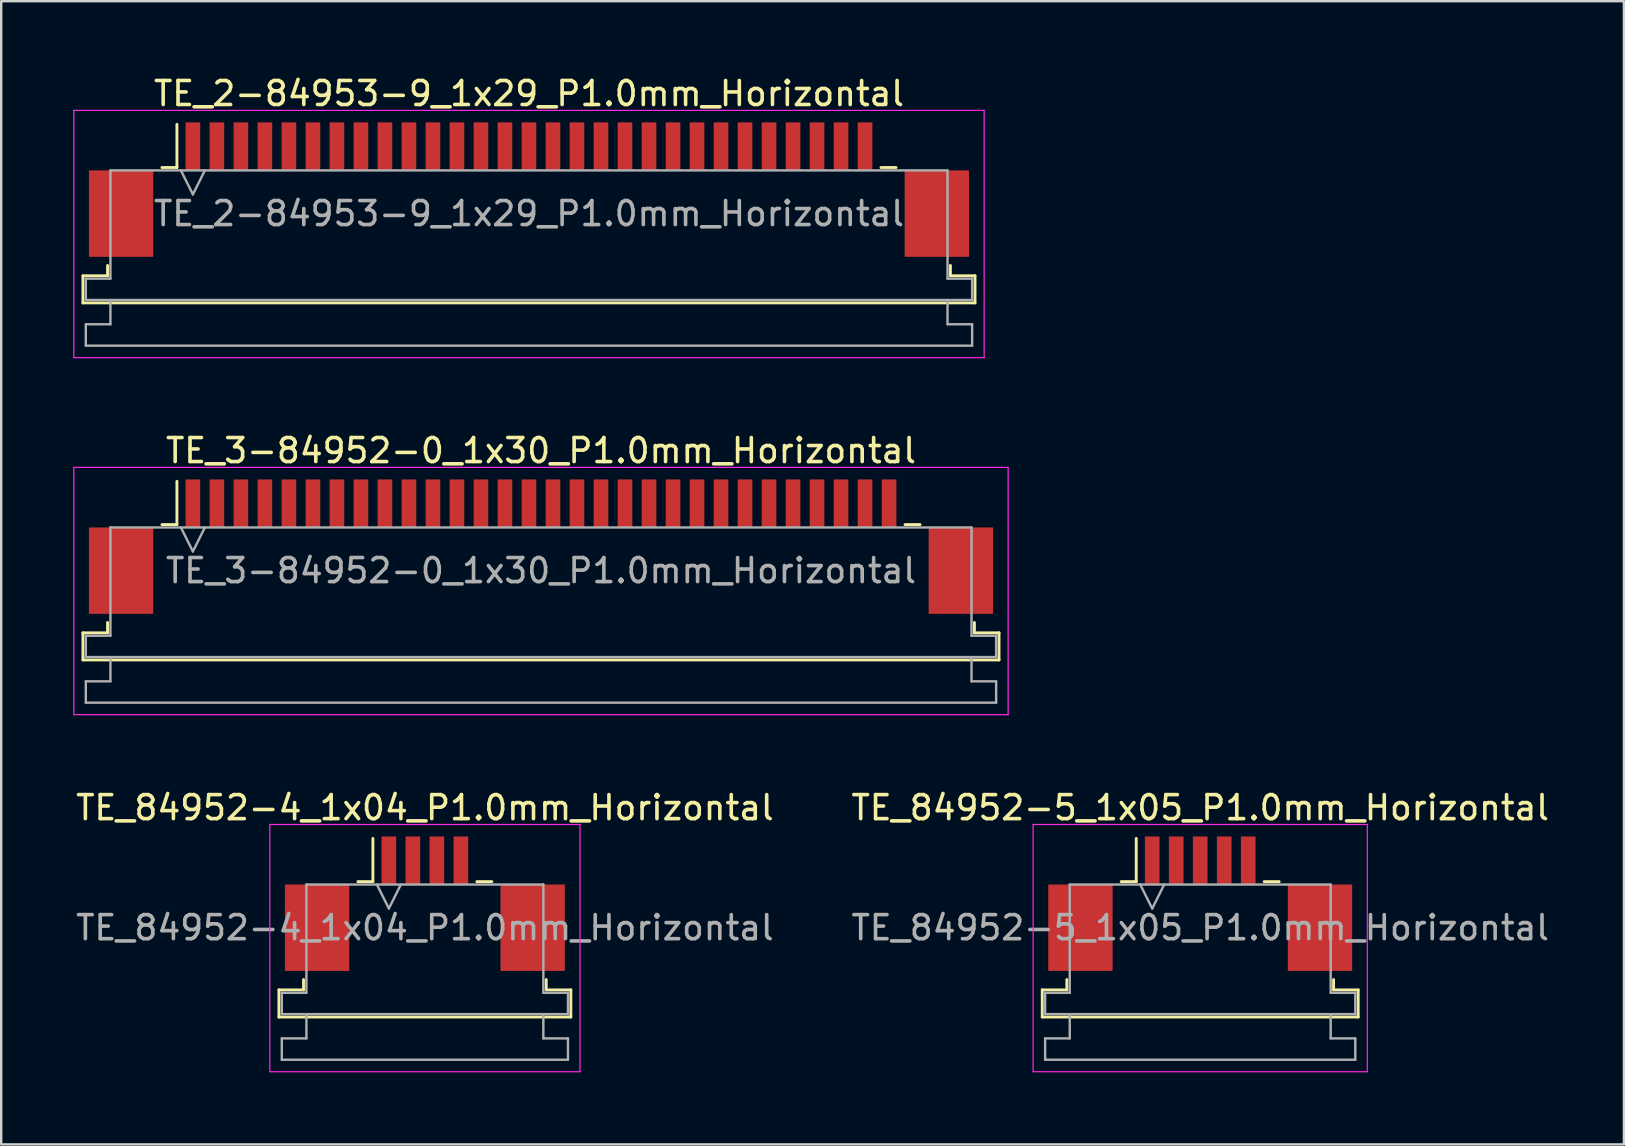
<source format=kicad_pcb>
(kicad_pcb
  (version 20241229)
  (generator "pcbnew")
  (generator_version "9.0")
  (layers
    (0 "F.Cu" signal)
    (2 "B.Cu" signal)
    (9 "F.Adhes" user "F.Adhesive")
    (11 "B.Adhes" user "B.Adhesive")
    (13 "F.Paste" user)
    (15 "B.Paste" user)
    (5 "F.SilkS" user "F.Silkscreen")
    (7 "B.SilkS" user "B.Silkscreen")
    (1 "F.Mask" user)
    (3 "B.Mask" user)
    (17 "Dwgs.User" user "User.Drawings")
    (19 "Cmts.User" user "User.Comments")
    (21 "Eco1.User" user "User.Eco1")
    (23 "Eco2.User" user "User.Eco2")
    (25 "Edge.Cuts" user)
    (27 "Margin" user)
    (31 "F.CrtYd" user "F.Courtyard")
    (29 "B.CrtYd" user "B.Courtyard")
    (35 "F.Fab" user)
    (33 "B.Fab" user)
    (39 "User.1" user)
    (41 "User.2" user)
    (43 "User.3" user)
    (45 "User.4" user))
  (footprint "TE_84952-5_1x05_P1.0mm_Horizontal"
    (layer "F.Cu")
    (at 46.946 34.595)
    (property "Reference" "TE_84952-5_1x05_P1.0mm_Horizontal" (at 0 -4 0) (layer "F.SilkS") (effects (font (size 1 1) (thickness 0.15))))
    (attr smd)
    (fp_line (start -6.58 3.59) (end -5.555 3.59) (stroke (width 0.12) (type solid)) (layer "F.SilkS"))
    (fp_line (start -6.58 4.72) (end -6.58 3.59) (stroke (width 0.12) (type solid)) (layer "F.SilkS"))
    (fp_line (start -5.555 3.59) (end -5.555 3.16) (stroke (width 0.12) (type solid)) (layer "F.SilkS"))
    (fp_line (start -3.29 -0.92) (end -2.665 -0.92) (stroke (width 0.12) (type solid)) (layer "F.SilkS"))
    (fp_line (start -2.665 -0.92) (end -2.665 -2.72) (stroke (width 0.12) (type solid)) (layer "F.SilkS"))
    (fp_line (start 2.665 -0.92) (end 3.29 -0.92) (stroke (width 0.12) (type solid)) (layer "F.SilkS"))
    (fp_line (start 5.555 3.16) (end 5.555 3.59) (stroke (width 0.12) (type solid)) (layer "F.SilkS"))
    (fp_line (start 5.555 3.59) (end 6.58 3.59) (stroke (width 0.12) (type solid)) (layer "F.SilkS"))
    (fp_line (start 6.58 3.59) (end 6.58 4.72) (stroke (width 0.12) (type solid)) (layer "F.SilkS"))
    (fp_line (start 6.58 4.72) (end -6.58 4.72) (stroke (width 0.12) (type solid)) (layer "F.SilkS"))
    (fp_line (start -6.96 -3.3) (end -6.96 7) (stroke (width 0.05) (type solid)) (layer "F.CrtYd"))
    (fp_line (start -6.96 7) (end 6.96 7) (stroke (width 0.05) (type solid)) (layer "F.CrtYd"))
    (fp_line (start 6.96 -3.3) (end -6.96 -3.3) (stroke (width 0.05) (type solid)) (layer "F.CrtYd"))
    (fp_line (start 6.96 7) (end 6.96 -3.3) (stroke (width 0.05) (type solid)) (layer "F.CrtYd"))
    (fp_line (start -6.46 3.71) (end -5.435 3.71) (stroke (width 0.1) (type solid)) (layer "F.Fab"))
    (fp_line (start -6.46 4.6) (end -6.46 3.71) (stroke (width 0.1) (type solid)) (layer "F.Fab"))
    (fp_line (start -6.46 5.61) (end -5.435 5.61) (stroke (width 0.1) (type solid)) (layer "F.Fab"))
    (fp_line (start -6.46 6.5) (end -6.46 5.61) (stroke (width 0.1) (type solid)) (layer "F.Fab"))
    (fp_line (start -5.435 -0.8) (end 5.435 -0.8) (stroke (width 0.1) (type solid)) (layer "F.Fab"))
    (fp_line (start -5.435 3.71) (end -5.435 -0.8) (stroke (width 0.1) (type solid)) (layer "F.Fab"))
    (fp_line (start -5.435 5.61) (end -5.435 4.6) (stroke (width 0.1) (type solid)) (layer "F.Fab"))
    (fp_line (start -2.5 -0.8) (end -2 0.2) (stroke (width 0.1) (type solid)) (layer "F.Fab"))
    (fp_line (start -2 0.2) (end -1.5 -0.8) (stroke (width 0.1) (type solid)) (layer "F.Fab"))
    (fp_line (start 5.435 -0.8) (end 5.435 3.71) (stroke (width 0.1) (type solid)) (layer "F.Fab"))
    (fp_line (start 5.435 3.71) (end 6.46 3.71) (stroke (width 0.1) (type solid)) (layer "F.Fab"))
    (fp_line (start 5.435 4.6) (end 5.435 5.61) (stroke (width 0.1) (type solid)) (layer "F.Fab"))
    (fp_line (start 5.435 5.61) (end 6.46 5.61) (stroke (width 0.1) (type solid)) (layer "F.Fab"))
    (fp_line (start 6.46 3.71) (end 6.46 4.6) (stroke (width 0.1) (type solid)) (layer "F.Fab"))
    (fp_line (start 6.46 4.6) (end -6.46 4.6) (stroke (width 0.1) (type solid)) (layer "F.Fab"))
    (fp_line (start 6.46 5.61) (end 6.46 6.5) (stroke (width 0.1) (type solid)) (layer "F.Fab"))
    (fp_line (start 6.46 6.5) (end -6.46 6.5) (stroke (width 0.1) (type solid)) (layer "F.Fab"))
    (fp_text user "${REFERENCE}" (at 0 1 0) (layer "F.Fab") (effects (font (size 1 1) (thickness 0.15))))
    (pad "" smd rect (at -4.99 1) (size 2.68 3.6) (layers "F.Cu" "F.Mask" "F.Paste"))
    (pad "" smd rect (at 4.99 1) (size 2.68 3.6) (layers "F.Cu" "F.Mask" "F.Paste"))
    (pad "1" smd rect (at -2 -1.8) (size 0.61 2) (layers "F.Cu" "F.Mask" "F.Paste"))
    (pad "2" smd rect (at -1 -1.8) (size 0.61 2) (layers "F.Cu" "F.Mask" "F.Paste"))
    (pad "3" smd rect (at 0 -1.8) (size 0.61 2) (layers "F.Cu" "F.Mask" "F.Paste"))
    (pad "4" smd rect (at 1 -1.8) (size 0.61 2) (layers "F.Cu" "F.Mask" "F.Paste"))
    (pad "5" smd rect (at 2 -1.8) (size 0.61 2) (layers "F.Cu" "F.Mask" "F.Paste")))
  (footprint "TE_2-84953-9_1x29_P1.0mm_Horizontal"
    (layer "F.Cu")
    (at 18.985 4.848)
    (property "Reference" "TE_2-84953-9_1x29_P1.0mm_Horizontal" (at 0 -4 0) (layer "F.SilkS") (effects (font (size 1 1) (thickness 0.15))))
    (attr smd)
    (fp_line (start -18.58 3.59) (end -17.555 3.59) (stroke (width 0.12) (type solid)) (layer "F.SilkS"))
    (fp_line (start -18.58 4.72) (end -18.58 3.59) (stroke (width 0.12) (type solid)) (layer "F.SilkS"))
    (fp_line (start -17.555 3.59) (end -17.555 3.16) (stroke (width 0.12) (type solid)) (layer "F.SilkS"))
    (fp_line (start -15.29 -0.92) (end -14.665 -0.92) (stroke (width 0.12) (type solid)) (layer "F.SilkS"))
    (fp_line (start -14.665 -0.92) (end -14.665 -2.72) (stroke (width 0.12) (type solid)) (layer "F.SilkS"))
    (fp_line (start 14.665 -0.92) (end 15.29 -0.92) (stroke (width 0.12) (type solid)) (layer "F.SilkS"))
    (fp_line (start 17.555 3.16) (end 17.555 3.59) (stroke (width 0.12) (type solid)) (layer "F.SilkS"))
    (fp_line (start 17.555 3.59) (end 18.58 3.59) (stroke (width 0.12) (type solid)) (layer "F.SilkS"))
    (fp_line (start 18.58 3.59) (end 18.58 4.72) (stroke (width 0.12) (type solid)) (layer "F.SilkS"))
    (fp_line (start 18.58 4.72) (end -18.58 4.72) (stroke (width 0.12) (type solid)) (layer "F.SilkS"))
    (fp_line (start -18.96 -3.3) (end -18.96 7) (stroke (width 0.05) (type solid)) (layer "F.CrtYd"))
    (fp_line (start -18.96 7) (end 18.96 7) (stroke (width 0.05) (type solid)) (layer "F.CrtYd"))
    (fp_line (start 18.96 -3.3) (end -18.96 -3.3) (stroke (width 0.05) (type solid)) (layer "F.CrtYd"))
    (fp_line (start 18.96 7) (end 18.96 -3.3) (stroke (width 0.05) (type solid)) (layer "F.CrtYd"))
    (fp_line (start -18.46 3.71) (end -17.435 3.71) (stroke (width 0.1) (type solid)) (layer "F.Fab"))
    (fp_line (start -18.46 4.6) (end -18.46 3.71) (stroke (width 0.1) (type solid)) (layer "F.Fab"))
    (fp_line (start -18.46 5.61) (end -17.435 5.61) (stroke (width 0.1) (type solid)) (layer "F.Fab"))
    (fp_line (start -18.46 6.5) (end -18.46 5.61) (stroke (width 0.1) (type solid)) (layer "F.Fab"))
    (fp_line (start -17.435 -0.8) (end 17.435 -0.8) (stroke (width 0.1) (type solid)) (layer "F.Fab"))
    (fp_line (start -17.435 3.71) (end -17.435 -0.8) (stroke (width 0.1) (type solid)) (layer "F.Fab"))
    (fp_line (start -17.435 5.61) (end -17.435 4.6) (stroke (width 0.1) (type solid)) (layer "F.Fab"))
    (fp_line (start -14.5 -0.8) (end -14 0.2) (stroke (width 0.1) (type solid)) (layer "F.Fab"))
    (fp_line (start -14 0.2) (end -13.5 -0.8) (stroke (width 0.1) (type solid)) (layer "F.Fab"))
    (fp_line (start 17.435 -0.8) (end 17.435 3.71) (stroke (width 0.1) (type solid)) (layer "F.Fab"))
    (fp_line (start 17.435 3.71) (end 18.46 3.71) (stroke (width 0.1) (type solid)) (layer "F.Fab"))
    (fp_line (start 17.435 4.6) (end 17.435 5.61) (stroke (width 0.1) (type solid)) (layer "F.Fab"))
    (fp_line (start 17.435 5.61) (end 18.46 5.61) (stroke (width 0.1) (type solid)) (layer "F.Fab"))
    (fp_line (start 18.46 3.71) (end 18.46 4.6) (stroke (width 0.1) (type solid)) (layer "F.Fab"))
    (fp_line (start 18.46 4.6) (end -18.46 4.6) (stroke (width 0.1) (type solid)) (layer "F.Fab"))
    (fp_line (start 18.46 5.61) (end 18.46 6.5) (stroke (width 0.1) (type solid)) (layer "F.Fab"))
    (fp_line (start 18.46 6.5) (end -18.46 6.5) (stroke (width 0.1) (type solid)) (layer "F.Fab"))
    (fp_text user "${REFERENCE}" (at 0 1 0) (layer "F.Fab") (effects (font (size 1 1) (thickness 0.15))))
    (pad "" smd rect (at -16.99 1) (size 2.68 3.6) (layers "F.Cu" "F.Mask" "F.Paste"))
    (pad "" smd rect (at 16.99 1) (size 2.68 3.6) (layers "F.Cu" "F.Mask" "F.Paste"))
    (pad "1" smd rect (at -14 -1.8) (size 0.61 2) (layers "F.Cu" "F.Mask" "F.Paste"))
    (pad "2" smd rect (at -13 -1.8) (size 0.61 2) (layers "F.Cu" "F.Mask" "F.Paste"))
    (pad "3" smd rect (at -12 -1.8) (size 0.61 2) (layers "F.Cu" "F.Mask" "F.Paste"))
    (pad "4" smd rect (at -11 -1.8) (size 0.61 2) (layers "F.Cu" "F.Mask" "F.Paste"))
    (pad "5" smd rect (at -10 -1.8) (size 0.61 2) (layers "F.Cu" "F.Mask" "F.Paste"))
    (pad "6" smd rect (at -9 -1.8) (size 0.61 2) (layers "F.Cu" "F.Mask" "F.Paste"))
    (pad "7" smd rect (at -8 -1.8) (size 0.61 2) (layers "F.Cu" "F.Mask" "F.Paste"))
    (pad "8" smd rect (at -7 -1.8) (size 0.61 2) (layers "F.Cu" "F.Mask" "F.Paste"))
    (pad "9" smd rect (at -6 -1.8) (size 0.61 2) (layers "F.Cu" "F.Mask" "F.Paste"))
    (pad "10" smd rect (at -5 -1.8) (size 0.61 2) (layers "F.Cu" "F.Mask" "F.Paste"))
    (pad "11" smd rect (at -4 -1.8) (size 0.61 2) (layers "F.Cu" "F.Mask" "F.Paste"))
    (pad "12" smd rect (at -3 -1.8) (size 0.61 2) (layers "F.Cu" "F.Mask" "F.Paste"))
    (pad "13" smd rect (at -2 -1.8) (size 0.61 2) (layers "F.Cu" "F.Mask" "F.Paste"))
    (pad "14" smd rect (at -1 -1.8) (size 0.61 2) (layers "F.Cu" "F.Mask" "F.Paste"))
    (pad "15" smd rect (at 0 -1.8) (size 0.61 2) (layers "F.Cu" "F.Mask" "F.Paste"))
    (pad "16" smd rect (at 1 -1.8) (size 0.61 2) (layers "F.Cu" "F.Mask" "F.Paste"))
    (pad "17" smd rect (at 2 -1.8) (size 0.61 2) (layers "F.Cu" "F.Mask" "F.Paste"))
    (pad "18" smd rect (at 3 -1.8) (size 0.61 2) (layers "F.Cu" "F.Mask" "F.Paste"))
    (pad "19" smd rect (at 4 -1.8) (size 0.61 2) (layers "F.Cu" "F.Mask" "F.Paste"))
    (pad "20" smd rect (at 5 -1.8) (size 0.61 2) (layers "F.Cu" "F.Mask" "F.Paste"))
    (pad "21" smd rect (at 6 -1.8) (size 0.61 2) (layers "F.Cu" "F.Mask" "F.Paste"))
    (pad "22" smd rect (at 7 -1.8) (size 0.61 2) (layers "F.Cu" "F.Mask" "F.Paste"))
    (pad "23" smd rect (at 8 -1.8) (size 0.61 2) (layers "F.Cu" "F.Mask" "F.Paste"))
    (pad "24" smd rect (at 9 -1.8) (size 0.61 2) (layers "F.Cu" "F.Mask" "F.Paste"))
    (pad "25" smd rect (at 10 -1.8) (size 0.61 2) (layers "F.Cu" "F.Mask" "F.Paste"))
    (pad "26" smd rect (at 11 -1.8) (size 0.61 2) (layers "F.Cu" "F.Mask" "F.Paste"))
    (pad "27" smd rect (at 12 -1.8) (size 0.61 2) (layers "F.Cu" "F.Mask" "F.Paste"))
    (pad "28" smd rect (at 13 -1.8) (size 0.61 2) (layers "F.Cu" "F.Mask" "F.Paste"))
    (pad "29" smd rect (at 14 -1.8) (size 0.61 2) (layers "F.Cu" "F.Mask" "F.Paste")))
  (footprint "TE_84952-4_1x04_P1.0mm_Horizontal"
    (layer "F.Cu")
    (at 14.649 34.595)
    (property "Reference" "TE_84952-4_1x04_P1.0mm_Horizontal" (at 0 -4 0) (layer "F.SilkS") (effects (font (size 1 1) (thickness 0.15))))
    (attr smd)
    (fp_line (start -6.08 3.59) (end -5.055 3.59) (stroke (width 0.12) (type solid)) (layer "F.SilkS"))
    (fp_line (start -6.08 4.72) (end -6.08 3.59) (stroke (width 0.12) (type solid)) (layer "F.SilkS"))
    (fp_line (start -5.055 3.59) (end -5.055 3.16) (stroke (width 0.12) (type solid)) (layer "F.SilkS"))
    (fp_line (start -2.79 -0.92) (end -2.165 -0.92) (stroke (width 0.12) (type solid)) (layer "F.SilkS"))
    (fp_line (start -2.165 -0.92) (end -2.165 -2.72) (stroke (width 0.12) (type solid)) (layer "F.SilkS"))
    (fp_line (start 2.165 -0.92) (end 2.79 -0.92) (stroke (width 0.12) (type solid)) (layer "F.SilkS"))
    (fp_line (start 5.055 3.16) (end 5.055 3.59) (stroke (width 0.12) (type solid)) (layer "F.SilkS"))
    (fp_line (start 5.055 3.59) (end 6.08 3.59) (stroke (width 0.12) (type solid)) (layer "F.SilkS"))
    (fp_line (start 6.08 3.59) (end 6.08 4.72) (stroke (width 0.12) (type solid)) (layer "F.SilkS"))
    (fp_line (start 6.08 4.72) (end -6.08 4.72) (stroke (width 0.12) (type solid)) (layer "F.SilkS"))
    (fp_line (start -6.46 -3.3) (end -6.46 7) (stroke (width 0.05) (type solid)) (layer "F.CrtYd"))
    (fp_line (start -6.46 7) (end 6.46 7) (stroke (width 0.05) (type solid)) (layer "F.CrtYd"))
    (fp_line (start 6.46 -3.3) (end -6.46 -3.3) (stroke (width 0.05) (type solid)) (layer "F.CrtYd"))
    (fp_line (start 6.46 7) (end 6.46 -3.3) (stroke (width 0.05) (type solid)) (layer "F.CrtYd"))
    (fp_line (start -5.96 3.71) (end -4.935 3.71) (stroke (width 0.1) (type solid)) (layer "F.Fab"))
    (fp_line (start -5.96 4.6) (end -5.96 3.71) (stroke (width 0.1) (type solid)) (layer "F.Fab"))
    (fp_line (start -5.96 5.61) (end -4.935 5.61) (stroke (width 0.1) (type solid)) (layer "F.Fab"))
    (fp_line (start -5.96 6.5) (end -5.96 5.61) (stroke (width 0.1) (type solid)) (layer "F.Fab"))
    (fp_line (start -4.935 -0.8) (end 4.935 -0.8) (stroke (width 0.1) (type solid)) (layer "F.Fab"))
    (fp_line (start -4.935 3.71) (end -4.935 -0.8) (stroke (width 0.1) (type solid)) (layer "F.Fab"))
    (fp_line (start -4.935 5.61) (end -4.935 4.6) (stroke (width 0.1) (type solid)) (layer "F.Fab"))
    (fp_line (start -2 -0.8) (end -1.5 0.2) (stroke (width 0.1) (type solid)) (layer "F.Fab"))
    (fp_line (start -1.5 0.2) (end -1 -0.8) (stroke (width 0.1) (type solid)) (layer "F.Fab"))
    (fp_line (start 4.935 -0.8) (end 4.935 3.71) (stroke (width 0.1) (type solid)) (layer "F.Fab"))
    (fp_line (start 4.935 3.71) (end 5.96 3.71) (stroke (width 0.1) (type solid)) (layer "F.Fab"))
    (fp_line (start 4.935 4.6) (end 4.935 5.61) (stroke (width 0.1) (type solid)) (layer "F.Fab"))
    (fp_line (start 4.935 5.61) (end 5.96 5.61) (stroke (width 0.1) (type solid)) (layer "F.Fab"))
    (fp_line (start 5.96 3.71) (end 5.96 4.6) (stroke (width 0.1) (type solid)) (layer "F.Fab"))
    (fp_line (start 5.96 4.6) (end -5.96 4.6) (stroke (width 0.1) (type solid)) (layer "F.Fab"))
    (fp_line (start 5.96 5.61) (end 5.96 6.5) (stroke (width 0.1) (type solid)) (layer "F.Fab"))
    (fp_line (start 5.96 6.5) (end -5.96 6.5) (stroke (width 0.1) (type solid)) (layer "F.Fab"))
    (fp_text user "${REFERENCE}" (at 0 1 0) (layer "F.Fab") (effects (font (size 1 1) (thickness 0.15))))
    (pad "" smd rect (at -4.49 1) (size 2.68 3.6) (layers "F.Cu" "F.Mask" "F.Paste"))
    (pad "" smd rect (at 4.49 1) (size 2.68 3.6) (layers "F.Cu" "F.Mask" "F.Paste"))
    (pad "1" smd rect (at -1.5 -1.8) (size 0.61 2) (layers "F.Cu" "F.Mask" "F.Paste"))
    (pad "2" smd rect (at -0.5 -1.8) (size 0.61 2) (layers "F.Cu" "F.Mask" "F.Paste"))
    (pad "3" smd rect (at 0.5 -1.8) (size 0.61 2) (layers "F.Cu" "F.Mask" "F.Paste"))
    (pad "4" smd rect (at 1.5 -1.8) (size 0.61 2) (layers "F.Cu" "F.Mask" "F.Paste")))
  (footprint "TE_3-84952-0_1x30_P1.0mm_Horizontal"
    (layer "F.Cu")
    (at 19.485 19.721)
    (property "Reference" "TE_3-84952-0_1x30_P1.0mm_Horizontal" (at 0 -4 0) (layer "F.SilkS") (effects (font (size 1 1) (thickness 0.15))))
    (attr smd)
    (fp_line (start -19.08 3.59) (end -18.055 3.59) (stroke (width 0.12) (type solid)) (layer "F.SilkS"))
    (fp_line (start -19.08 4.72) (end -19.08 3.59) (stroke (width 0.12) (type solid)) (layer "F.SilkS"))
    (fp_line (start -18.055 3.59) (end -18.055 3.16) (stroke (width 0.12) (type solid)) (layer "F.SilkS"))
    (fp_line (start -15.79 -0.92) (end -15.165 -0.92) (stroke (width 0.12) (type solid)) (layer "F.SilkS"))
    (fp_line (start -15.165 -0.92) (end -15.165 -2.72) (stroke (width 0.12) (type solid)) (layer "F.SilkS"))
    (fp_line (start 15.165 -0.92) (end 15.79 -0.92) (stroke (width 0.12) (type solid)) (layer "F.SilkS"))
    (fp_line (start 18.055 3.16) (end 18.055 3.59) (stroke (width 0.12) (type solid)) (layer "F.SilkS"))
    (fp_line (start 18.055 3.59) (end 19.08 3.59) (stroke (width 0.12) (type solid)) (layer "F.SilkS"))
    (fp_line (start 19.08 3.59) (end 19.08 4.72) (stroke (width 0.12) (type solid)) (layer "F.SilkS"))
    (fp_line (start 19.08 4.72) (end -19.08 4.72) (stroke (width 0.12) (type solid)) (layer "F.SilkS"))
    (fp_line (start -19.46 -3.3) (end -19.46 7) (stroke (width 0.05) (type solid)) (layer "F.CrtYd"))
    (fp_line (start -19.46 7) (end 19.46 7) (stroke (width 0.05) (type solid)) (layer "F.CrtYd"))
    (fp_line (start 19.46 -3.3) (end -19.46 -3.3) (stroke (width 0.05) (type solid)) (layer "F.CrtYd"))
    (fp_line (start 19.46 7) (end 19.46 -3.3) (stroke (width 0.05) (type solid)) (layer "F.CrtYd"))
    (fp_line (start -18.96 3.71) (end -17.935 3.71) (stroke (width 0.1) (type solid)) (layer "F.Fab"))
    (fp_line (start -18.96 4.6) (end -18.96 3.71) (stroke (width 0.1) (type solid)) (layer "F.Fab"))
    (fp_line (start -18.96 5.61) (end -17.935 5.61) (stroke (width 0.1) (type solid)) (layer "F.Fab"))
    (fp_line (start -18.96 6.5) (end -18.96 5.61) (stroke (width 0.1) (type solid)) (layer "F.Fab"))
    (fp_line (start -17.935 -0.8) (end 17.935 -0.8) (stroke (width 0.1) (type solid)) (layer "F.Fab"))
    (fp_line (start -17.935 3.71) (end -17.935 -0.8) (stroke (width 0.1) (type solid)) (layer "F.Fab"))
    (fp_line (start -17.935 5.61) (end -17.935 4.6) (stroke (width 0.1) (type solid)) (layer "F.Fab"))
    (fp_line (start -15 -0.8) (end -14.5 0.2) (stroke (width 0.1) (type solid)) (layer "F.Fab"))
    (fp_line (start -14.5 0.2) (end -14 -0.8) (stroke (width 0.1) (type solid)) (layer "F.Fab"))
    (fp_line (start 17.935 -0.8) (end 17.935 3.71) (stroke (width 0.1) (type solid)) (layer "F.Fab"))
    (fp_line (start 17.935 3.71) (end 18.96 3.71) (stroke (width 0.1) (type solid)) (layer "F.Fab"))
    (fp_line (start 17.935 4.6) (end 17.935 5.61) (stroke (width 0.1) (type solid)) (layer "F.Fab"))
    (fp_line (start 17.935 5.61) (end 18.96 5.61) (stroke (width 0.1) (type solid)) (layer "F.Fab"))
    (fp_line (start 18.96 3.71) (end 18.96 4.6) (stroke (width 0.1) (type solid)) (layer "F.Fab"))
    (fp_line (start 18.96 4.6) (end -18.96 4.6) (stroke (width 0.1) (type solid)) (layer "F.Fab"))
    (fp_line (start 18.96 5.61) (end 18.96 6.5) (stroke (width 0.1) (type solid)) (layer "F.Fab"))
    (fp_line (start 18.96 6.5) (end -18.96 6.5) (stroke (width 0.1) (type solid)) (layer "F.Fab"))
    (fp_text user "${REFERENCE}" (at 0 1 0) (layer "F.Fab") (effects (font (size 1 1) (thickness 0.15))))
    (pad "" smd rect (at -17.49 1) (size 2.68 3.6) (layers "F.Cu" "F.Mask" "F.Paste"))
    (pad "" smd rect (at 17.49 1) (size 2.68 3.6) (layers "F.Cu" "F.Mask" "F.Paste"))
    (pad "1" smd rect (at -14.5 -1.8) (size 0.61 2) (layers "F.Cu" "F.Mask" "F.Paste"))
    (pad "2" smd rect (at -13.5 -1.8) (size 0.61 2) (layers "F.Cu" "F.Mask" "F.Paste"))
    (pad "3" smd rect (at -12.5 -1.8) (size 0.61 2) (layers "F.Cu" "F.Mask" "F.Paste"))
    (pad "4" smd rect (at -11.5 -1.8) (size 0.61 2) (layers "F.Cu" "F.Mask" "F.Paste"))
    (pad "5" smd rect (at -10.5 -1.8) (size 0.61 2) (layers "F.Cu" "F.Mask" "F.Paste"))
    (pad "6" smd rect (at -9.5 -1.8) (size 0.61 2) (layers "F.Cu" "F.Mask" "F.Paste"))
    (pad "7" smd rect (at -8.5 -1.8) (size 0.61 2) (layers "F.Cu" "F.Mask" "F.Paste"))
    (pad "8" smd rect (at -7.5 -1.8) (size 0.61 2) (layers "F.Cu" "F.Mask" "F.Paste"))
    (pad "9" smd rect (at -6.5 -1.8) (size 0.61 2) (layers "F.Cu" "F.Mask" "F.Paste"))
    (pad "10" smd rect (at -5.5 -1.8) (size 0.61 2) (layers "F.Cu" "F.Mask" "F.Paste"))
    (pad "11" smd rect (at -4.5 -1.8) (size 0.61 2) (layers "F.Cu" "F.Mask" "F.Paste"))
    (pad "12" smd rect (at -3.5 -1.8) (size 0.61 2) (layers "F.Cu" "F.Mask" "F.Paste"))
    (pad "13" smd rect (at -2.5 -1.8) (size 0.61 2) (layers "F.Cu" "F.Mask" "F.Paste"))
    (pad "14" smd rect (at -1.5 -1.8) (size 0.61 2) (layers "F.Cu" "F.Mask" "F.Paste"))
    (pad "15" smd rect (at -0.5 -1.8) (size 0.61 2) (layers "F.Cu" "F.Mask" "F.Paste"))
    (pad "16" smd rect (at 0.5 -1.8) (size 0.61 2) (layers "F.Cu" "F.Mask" "F.Paste"))
    (pad "17" smd rect (at 1.5 -1.8) (size 0.61 2) (layers "F.Cu" "F.Mask" "F.Paste"))
    (pad "18" smd rect (at 2.5 -1.8) (size 0.61 2) (layers "F.Cu" "F.Mask" "F.Paste"))
    (pad "19" smd rect (at 3.5 -1.8) (size 0.61 2) (layers "F.Cu" "F.Mask" "F.Paste"))
    (pad "20" smd rect (at 4.5 -1.8) (size 0.61 2) (layers "F.Cu" "F.Mask" "F.Paste"))
    (pad "21" smd rect (at 5.5 -1.8) (size 0.61 2) (layers "F.Cu" "F.Mask" "F.Paste"))
    (pad "22" smd rect (at 6.5 -1.8) (size 0.61 2) (layers "F.Cu" "F.Mask" "F.Paste"))
    (pad "23" smd rect (at 7.5 -1.8) (size 0.61 2) (layers "F.Cu" "F.Mask" "F.Paste"))
    (pad "24" smd rect (at 8.5 -1.8) (size 0.61 2) (layers "F.Cu" "F.Mask" "F.Paste"))
    (pad "25" smd rect (at 9.5 -1.8) (size 0.61 2) (layers "F.Cu" "F.Mask" "F.Paste"))
    (pad "26" smd rect (at 10.5 -1.8) (size 0.61 2) (layers "F.Cu" "F.Mask" "F.Paste"))
    (pad "27" smd rect (at 11.5 -1.8) (size 0.61 2) (layers "F.Cu" "F.Mask" "F.Paste"))
    (pad "28" smd rect (at 12.5 -1.8) (size 0.61 2) (layers "F.Cu" "F.Mask" "F.Paste"))
    (pad "29" smd rect (at 13.5 -1.8) (size 0.61 2) (layers "F.Cu" "F.Mask" "F.Paste"))
    (pad "30" smd rect (at 14.5 -1.8) (size 0.61 2) (layers "F.Cu" "F.Mask" "F.Paste")))
  (gr_rect
    (start -3 -3)
    (end 64.595 44.62)
    (stroke (width 0.1) (type default))
    (fill no)
    (layer "Edge.Cuts")))
</source>
